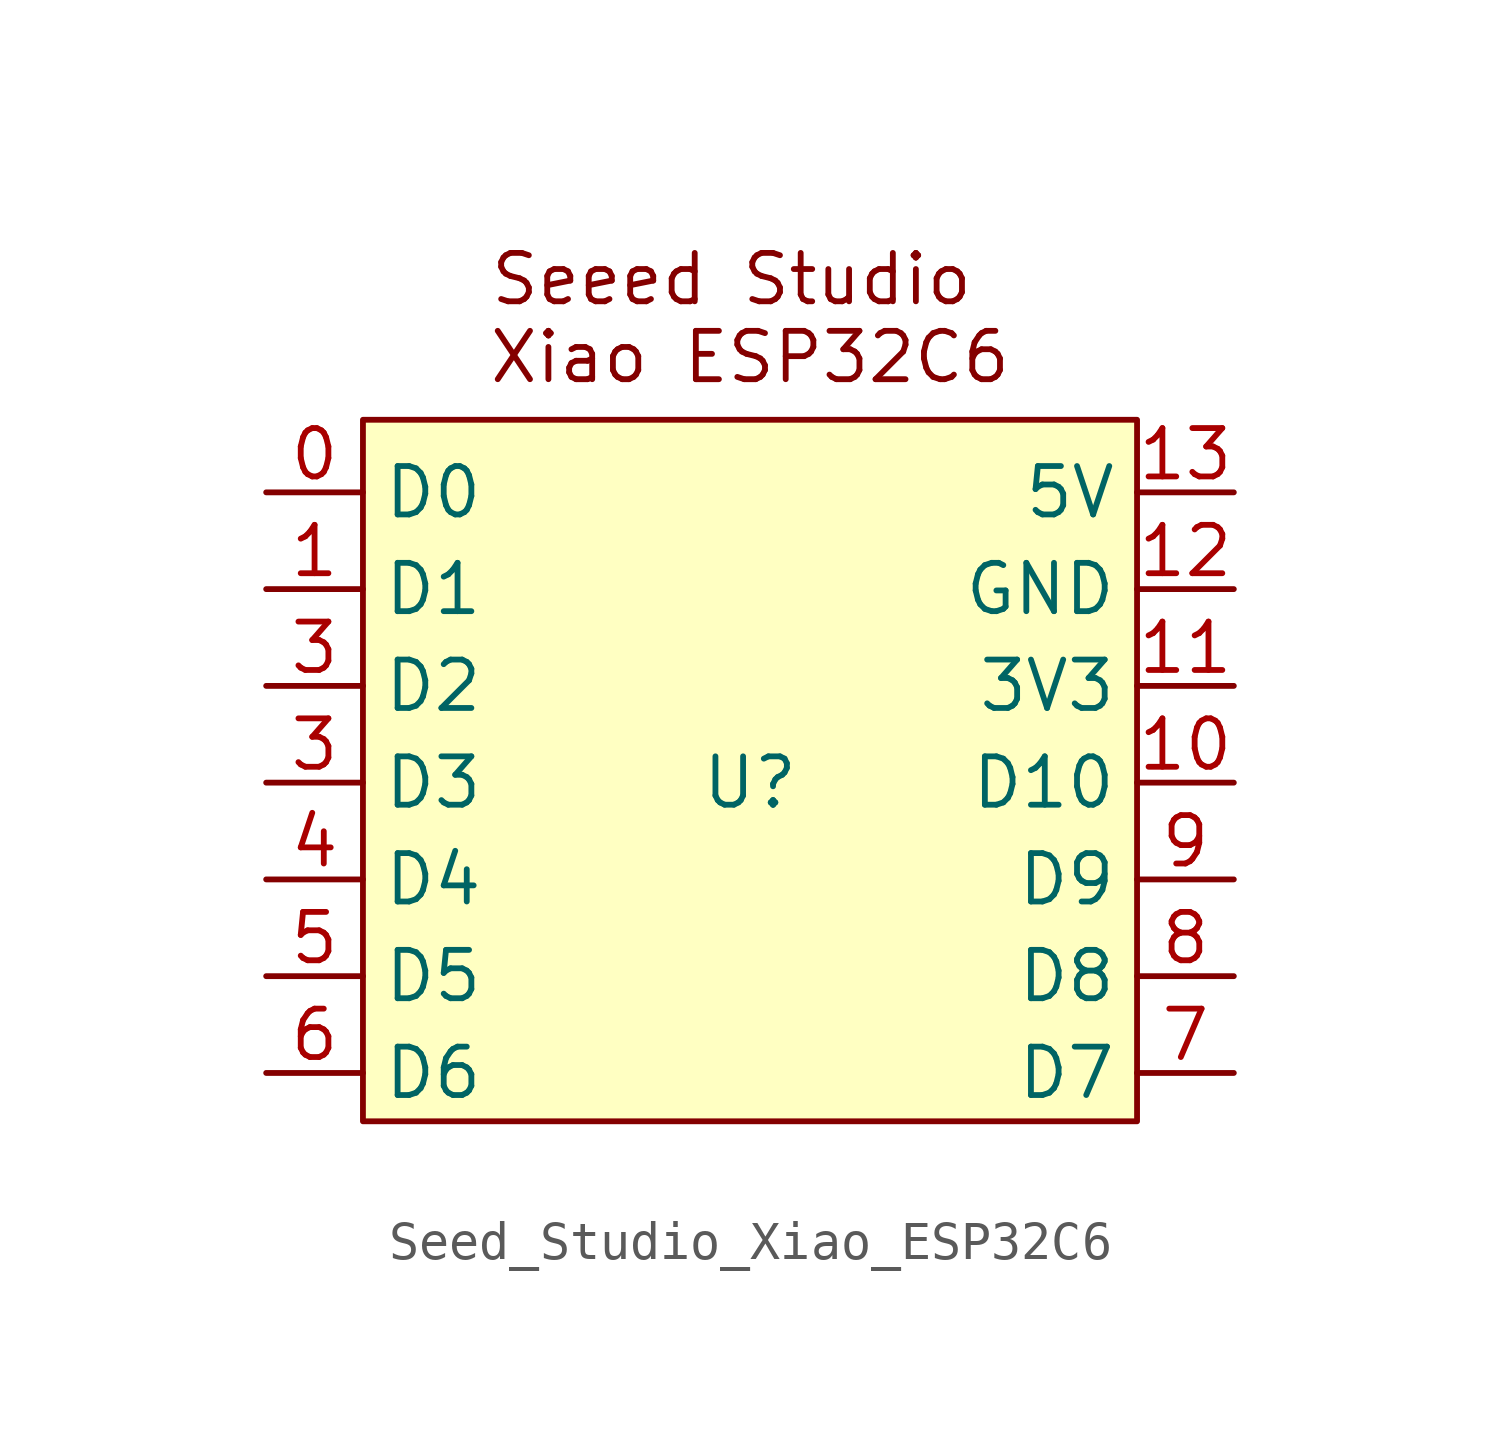
<source format=kicad_sym>
(kicad_symbol_lib
  (version 20241209)
  (generator "kicad_symbol_editor")
  (generator_version "9.0")
  (symbol "Seed_Studio_Xiao_ESP32C6"
    (property "Reference" "U"
      (at 0 0 0)
      (effects (font (size 1.27 1.27))))
    (property "Value" ""
      (at 0 0 0)
      (effects (font (size 1.27 1.27))))
    (symbol "Seed_Studio_Xiao_ESP32C6_1_1"
      (rectangle (start -10.16 9.525) (end 10.16 -8.89) (stroke (width 0) (type solid)) (fill (type background)))
      (text "Seeed Studio \nXiao ESP32C6" (at 0 12.192 0) (effects (font (size 1.27 1.27))))
      (pin bidirectional line (at -12.7 7.62 0) (length 2.54) (name "D0" (effects (font (size 1.27 1.27)))) (number "0" (effects (font (size 1.27 1.27)))))
      (pin bidirectional line (at -12.7 5.08 0) (length 2.54) (name "D1" (effects (font (size 1.27 1.27)))) (number "1" (effects (font (size 1.27 1.27)))))
      (pin bidirectional line (at -12.7 2.54 0) (length 2.54) (name "D2" (effects (font (size 1.27 1.27)))) (number "3" (effects (font (size 1.27 1.27)))))
      (pin bidirectional line (at -12.7 0 0) (length 2.54) (name "D3" (effects (font (size 1.27 1.27)))) (number "3" (effects (font (size 1.27 1.27)))))
      (pin bidirectional line (at -12.7 -2.54 0) (length 2.54) (name "D4" (effects (font (size 1.27 1.27)))) (number "4" (effects (font (size 1.27 1.27)))))
      (pin bidirectional line (at -12.7 -5.08 0) (length 2.54) (name "D5" (effects (font (size 1.27 1.27)))) (number "5" (effects (font (size 1.27 1.27)))))
      (pin bidirectional line (at -12.7 -7.62 0) (length 2.54) (name "D6" (effects (font (size 1.27 1.27)))) (number "6" (effects (font (size 1.27 1.27)))))
      (pin input line (at 12.7 7.62 180) (length 2.54) (name "5V" (effects (font (size 1.27 1.27)))) (number "13" (effects (font (size 1.27 1.27)))))
      (pin bidirectional line (at 12.7 5.08 180) (length 2.54) (name "GND" (effects (font (size 1.27 1.27)))) (number "12" (effects (font (size 1.27 1.27)))))
      (pin output line (at 12.7 2.54 180) (length 2.54) (name "3V3" (effects (font (size 1.27 1.27)))) (number "11" (effects (font (size 1.27 1.27)))))
      (pin bidirectional line (at 12.7 0 180) (length 2.54) (name "D10" (effects (font (size 1.27 1.27)))) (number "10" (effects (font (size 1.27 1.27)))))
      (pin bidirectional line (at 12.7 -2.54 180) (length 2.54) (name "D9" (effects (font (size 1.27 1.27)))) (number "9" (effects (font (size 1.27 1.27)))))
      (pin bidirectional line (at 12.7 -5.08 180) (length 2.54) (name "D8" (effects (font (size 1.27 1.27)))) (number "8" (effects (font (size 1.27 1.27)))))
      (pin bidirectional line (at 12.7 -7.62 180) (length 2.54) (name "D7" (effects (font (size 1.27 1.27)))) (number "7" (effects (font (size 1.27 1.27))))))))
</source>
